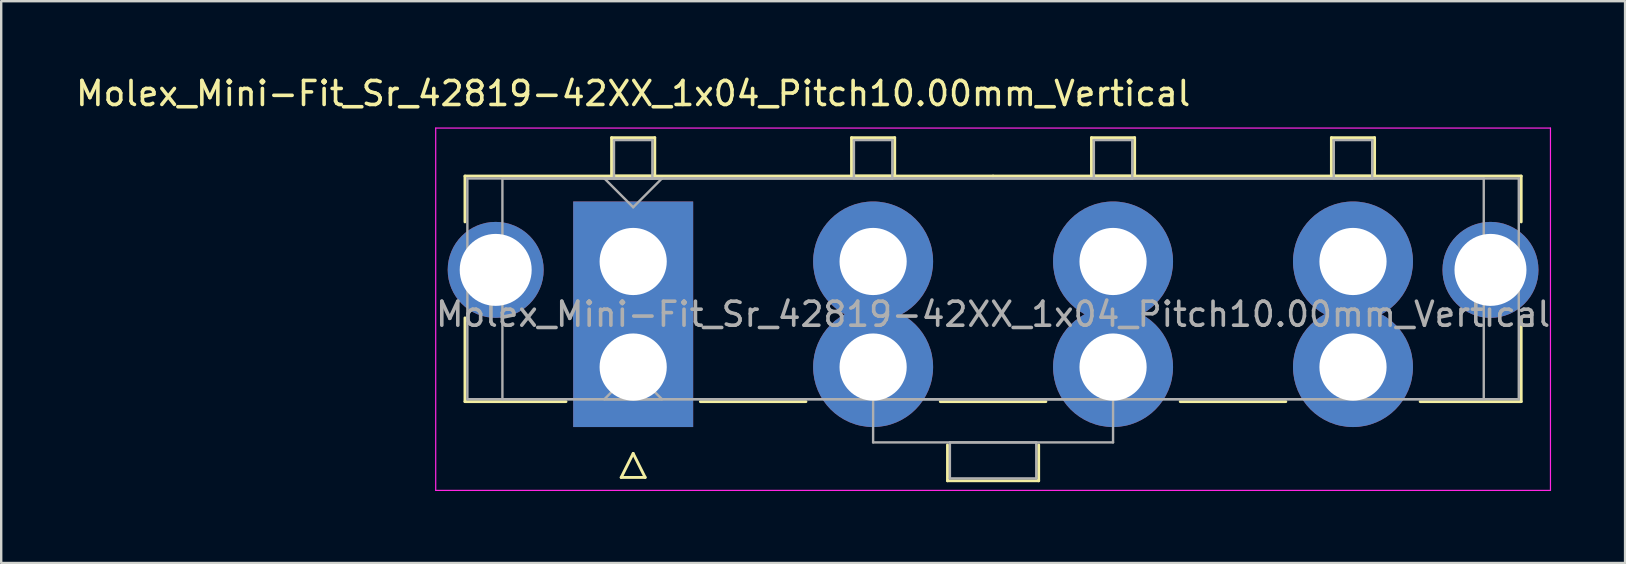
<source format=kicad_pcb>
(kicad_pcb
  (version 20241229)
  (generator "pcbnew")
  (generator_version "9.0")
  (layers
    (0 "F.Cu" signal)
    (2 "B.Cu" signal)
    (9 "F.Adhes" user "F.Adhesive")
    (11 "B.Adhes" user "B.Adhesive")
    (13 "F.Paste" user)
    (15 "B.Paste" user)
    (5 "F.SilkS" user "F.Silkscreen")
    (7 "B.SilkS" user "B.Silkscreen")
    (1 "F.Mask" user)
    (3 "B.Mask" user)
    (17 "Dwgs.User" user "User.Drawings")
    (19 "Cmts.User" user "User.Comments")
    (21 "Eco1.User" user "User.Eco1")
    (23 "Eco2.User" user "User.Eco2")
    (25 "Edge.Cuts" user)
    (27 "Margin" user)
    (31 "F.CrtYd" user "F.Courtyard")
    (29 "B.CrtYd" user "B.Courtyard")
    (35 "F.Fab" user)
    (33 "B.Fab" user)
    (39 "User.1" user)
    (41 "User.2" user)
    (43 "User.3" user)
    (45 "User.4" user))
  (footprint "Molex_Mini-Fit_Sr_42819-42XX_1x04_Pitch10.00mm_Vertical"
    (layer "F.Cu")
    (at 23.339 7.848)
    (property "Reference" "Molex_Mini-Fit_Sr_42819-42XX_1x04_Pitch10.00mm_Vertical" (at 0 -7 0) (layer "F.SilkS") (effects (font (size 1 1) (thickness 0.15))))
    (attr through_hole)
    (fp_line (start -7.01 -3.56) (end -7.01 -1.65) (stroke (width 0.12) (type solid)) (layer "F.SilkS"))
    (fp_line (start -7.01 2.35) (end -7.01 5.84) (stroke (width 0.12) (type solid)) (layer "F.SilkS"))
    (fp_line (start -7.01 5.84) (end -2.8 5.84) (stroke (width 0.12) (type solid)) (layer "F.SilkS"))
    (fp_line (start -0.9 -5.16) (end 0.9 -5.16) (stroke (width 0.12) (type solid)) (layer "F.SilkS"))
    (fp_line (start -0.9 -3.56) (end -0.9 -5.16) (stroke (width 0.12) (type solid)) (layer "F.SilkS"))
    (fp_line (start -0.5 9) (end 0 8) (stroke (width 0.12) (type solid)) (layer "F.SilkS"))
    (fp_line (start 0 8) (end 0.5 9) (stroke (width 0.12) (type solid)) (layer "F.SilkS"))
    (fp_line (start 0.5 9) (end -0.5 9) (stroke (width 0.12) (type solid)) (layer "F.SilkS"))
    (fp_line (start 0.9 -5.16) (end 0.9 -3.56) (stroke (width 0.12) (type solid)) (layer "F.SilkS"))
    (fp_line (start 0.9 -3.56) (end -0.9 -3.56) (stroke (width 0.12) (type solid)) (layer "F.SilkS"))
    (fp_line (start 2.8 5.84) (end 7.2 5.84) (stroke (width 0.12) (type solid)) (layer "F.SilkS"))
    (fp_line (start 9.1 -5.16) (end 10.9 -5.16) (stroke (width 0.12) (type solid)) (layer "F.SilkS"))
    (fp_line (start 9.1 -3.56) (end 9.1 -5.16) (stroke (width 0.12) (type solid)) (layer "F.SilkS"))
    (fp_line (start 10.9 -5.16) (end 10.9 -3.56) (stroke (width 0.12) (type solid)) (layer "F.SilkS"))
    (fp_line (start 10.9 -3.56) (end 9.1 -3.56) (stroke (width 0.12) (type solid)) (layer "F.SilkS"))
    (fp_line (start 12.8 5.84) (end 17.2 5.84) (stroke (width 0.12) (type solid)) (layer "F.SilkS"))
    (fp_line (start 13.1 7.64) (end 13.1 9.14) (stroke (width 0.12) (type solid)) (layer "F.SilkS"))
    (fp_line (start 13.1 9.14) (end 16.9 9.14) (stroke (width 0.12) (type solid)) (layer "F.SilkS"))
    (fp_line (start 15 -3.56) (end -7.01 -3.56) (stroke (width 0.12) (type solid)) (layer "F.SilkS"))
    (fp_line (start 15 -3.56) (end 37.01 -3.56) (stroke (width 0.12) (type solid)) (layer "F.SilkS"))
    (fp_line (start 16.9 9.14) (end 16.9 7.64) (stroke (width 0.12) (type solid)) (layer "F.SilkS"))
    (fp_line (start 19.1 -5.16) (end 20.9 -5.16) (stroke (width 0.12) (type solid)) (layer "F.SilkS"))
    (fp_line (start 19.1 -3.56) (end 19.1 -5.16) (stroke (width 0.12) (type solid)) (layer "F.SilkS"))
    (fp_line (start 20.9 -5.16) (end 20.9 -3.56) (stroke (width 0.12) (type solid)) (layer "F.SilkS"))
    (fp_line (start 20.9 -3.56) (end 19.1 -3.56) (stroke (width 0.12) (type solid)) (layer "F.SilkS"))
    (fp_line (start 22.8 5.84) (end 27.2 5.84) (stroke (width 0.12) (type solid)) (layer "F.SilkS"))
    (fp_line (start 29.1 -5.16) (end 30.9 -5.16) (stroke (width 0.12) (type solid)) (layer "F.SilkS"))
    (fp_line (start 29.1 -3.56) (end 29.1 -5.16) (stroke (width 0.12) (type solid)) (layer "F.SilkS"))
    (fp_line (start 30.9 -5.16) (end 30.9 -3.56) (stroke (width 0.12) (type solid)) (layer "F.SilkS"))
    (fp_line (start 30.9 -3.56) (end 29.1 -3.56) (stroke (width 0.12) (type solid)) (layer "F.SilkS"))
    (fp_line (start 37.01 -3.56) (end 37.01 -1.65) (stroke (width 0.12) (type solid)) (layer "F.SilkS"))
    (fp_line (start 37.01 2.35) (end 37.01 5.84) (stroke (width 0.12) (type solid)) (layer "F.SilkS"))
    (fp_line (start 37.01 5.84) (end 32.8 5.84) (stroke (width 0.12) (type solid)) (layer "F.SilkS"))
    (fp_line (start -8.23 -5.56) (end -8.23 9.54) (stroke (width 0.05) (type solid)) (layer "F.CrtYd"))
    (fp_line (start -8.23 9.54) (end 38.23 9.54) (stroke (width 0.05) (type solid)) (layer "F.CrtYd"))
    (fp_line (start 38.23 -5.56) (end -8.23 -5.56) (stroke (width 0.05) (type solid)) (layer "F.CrtYd"))
    (fp_line (start 38.23 9.54) (end 38.23 -5.56) (stroke (width 0.05) (type solid)) (layer "F.CrtYd"))
    (fp_line (start -6.91 -3.46) (end -6.91 5.74) (stroke (width 0.1) (type solid)) (layer "F.Fab"))
    (fp_line (start -6.91 5.74) (end 36.91 5.74) (stroke (width 0.1) (type solid)) (layer "F.Fab"))
    (fp_line (start -5.45 -3.46) (end -5.45 5.74) (stroke (width 0.1) (type solid)) (layer "F.Fab"))
    (fp_line (start -5.45 5.74) (end 35.45 5.74) (stroke (width 0.1) (type solid)) (layer "F.Fab"))
    (fp_line (start -1.2 -3.46) (end 0 -2.26) (stroke (width 0.1) (type solid)) (layer "F.Fab"))
    (fp_line (start -1.2 5.74) (end 0 4.54) (stroke (width 0.1) (type solid)) (layer "F.Fab"))
    (fp_line (start -0.8 -5.06) (end 0.8 -5.06) (stroke (width 0.1) (type solid)) (layer "F.Fab"))
    (fp_line (start -0.8 -3.46) (end -0.8 -5.06) (stroke (width 0.1) (type solid)) (layer "F.Fab"))
    (fp_line (start 0 -2.26) (end 1.2 -3.46) (stroke (width 0.1) (type solid)) (layer "F.Fab"))
    (fp_line (start 0 4.54) (end 1.2 5.74) (stroke (width 0.1) (type solid)) (layer "F.Fab"))
    (fp_line (start 0.8 -5.06) (end 0.8 -3.46) (stroke (width 0.1) (type solid)) (layer "F.Fab"))
    (fp_line (start 0.8 -3.46) (end -0.8 -3.46) (stroke (width 0.1) (type solid)) (layer "F.Fab"))
    (fp_line (start 1.2 -3.46) (end -1.2 -3.46) (stroke (width 0.1) (type solid)) (layer "F.Fab"))
    (fp_line (start 1.2 5.74) (end -1.2 5.74) (stroke (width 0.1) (type solid)) (layer "F.Fab"))
    (fp_line (start 9.2 -5.06) (end 10.8 -5.06) (stroke (width 0.1) (type solid)) (layer "F.Fab"))
    (fp_line (start 9.2 -3.46) (end 9.2 -5.06) (stroke (width 0.1) (type solid)) (layer "F.Fab"))
    (fp_line (start 10 5.74) (end 10 7.54) (stroke (width 0.1) (type solid)) (layer "F.Fab"))
    (fp_line (start 10 7.54) (end 20 7.54) (stroke (width 0.1) (type solid)) (layer "F.Fab"))
    (fp_line (start 10.8 -5.06) (end 10.8 -3.46) (stroke (width 0.1) (type solid)) (layer "F.Fab"))
    (fp_line (start 10.8 -3.46) (end 9.2 -3.46) (stroke (width 0.1) (type solid)) (layer "F.Fab"))
    (fp_line (start 13.2 7.54) (end 13.2 9.04) (stroke (width 0.1) (type solid)) (layer "F.Fab"))
    (fp_line (start 13.2 9.04) (end 16.8 9.04) (stroke (width 0.1) (type solid)) (layer "F.Fab"))
    (fp_line (start 16.8 7.54) (end 13.2 7.54) (stroke (width 0.1) (type solid)) (layer "F.Fab"))
    (fp_line (start 16.8 9.04) (end 16.8 7.54) (stroke (width 0.1) (type solid)) (layer "F.Fab"))
    (fp_line (start 19.2 -5.06) (end 20.8 -5.06) (stroke (width 0.1) (type solid)) (layer "F.Fab"))
    (fp_line (start 19.2 -3.46) (end 19.2 -5.06) (stroke (width 0.1) (type solid)) (layer "F.Fab"))
    (fp_line (start 20 5.74) (end 10 5.74) (stroke (width 0.1) (type solid)) (layer "F.Fab"))
    (fp_line (start 20 7.54) (end 20 5.74) (stroke (width 0.1) (type solid)) (layer "F.Fab"))
    (fp_line (start 20.8 -5.06) (end 20.8 -3.46) (stroke (width 0.1) (type solid)) (layer "F.Fab"))
    (fp_line (start 20.8 -3.46) (end 19.2 -3.46) (stroke (width 0.1) (type solid)) (layer "F.Fab"))
    (fp_line (start 29.2 -5.06) (end 30.8 -5.06) (stroke (width 0.1) (type solid)) (layer "F.Fab"))
    (fp_line (start 29.2 -3.46) (end 29.2 -5.06) (stroke (width 0.1) (type solid)) (layer "F.Fab"))
    (fp_line (start 30.8 -5.06) (end 30.8 -3.46) (stroke (width 0.1) (type solid)) (layer "F.Fab"))
    (fp_line (start 30.8 -3.46) (end 29.2 -3.46) (stroke (width 0.1) (type solid)) (layer "F.Fab"))
    (fp_line (start 35.45 -3.46) (end -5.45 -3.46) (stroke (width 0.1) (type solid)) (layer "F.Fab"))
    (fp_line (start 35.45 5.74) (end 35.45 -3.46) (stroke (width 0.1) (type solid)) (layer "F.Fab"))
    (fp_line (start 36.91 -3.46) (end -6.91 -3.46) (stroke (width 0.1) (type solid)) (layer "F.Fab"))
    (fp_line (start 36.91 5.74) (end 36.91 -3.46) (stroke (width 0.1) (type solid)) (layer "F.Fab"))
    (fp_text user "${REFERENCE}" (at 15 2.2 0) (layer "F.Fab") (effects (font (size 1 1) (thickness 0.15))))
    (pad "" thru_hole circle (at -5.73 0.35) (size 4 4) (drill 3) (layers "*.Cu" "*.Mask"))
    (pad "" thru_hole circle (at 35.73 0.35) (size 4 4) (drill 3) (layers "*.Cu" "*.Mask"))
    (pad "1" thru_hole rect (at 0 0) (size 5 5) (drill 2.8) (layers "*.Cu" "*.Mask"))
    (pad "1" thru_hole rect (at 0 4.4) (size 5 5) (drill 2.8) (layers "*.Cu" "*.Mask"))
    (pad "2" thru_hole circle (at 10 0) (size 5 5) (drill 2.8) (layers "*.Cu" "*.Mask"))
    (pad "2" thru_hole circle (at 10 4.4) (size 5 5) (drill 2.8) (layers "*.Cu" "*.Mask"))
    (pad "3" thru_hole circle (at 20 0) (size 5 5) (drill 2.8) (layers "*.Cu" "*.Mask"))
    (pad "3" thru_hole circle (at 20 4.4) (size 5 5) (drill 2.8) (layers "*.Cu" "*.Mask"))
    (pad "4" thru_hole circle (at 30 0) (size 5 5) (drill 2.8) (layers "*.Cu" "*.Mask"))
    (pad "4" thru_hole circle (at 30 4.4) (size 5 5) (drill 2.8) (layers "*.Cu" "*.Mask")))
  (gr_rect
    (start -3 -3)
    (end 64.679 20.413)
    (stroke (width 0.1) (type default))
    (fill no)
    (layer "Edge.Cuts")))
</source>
